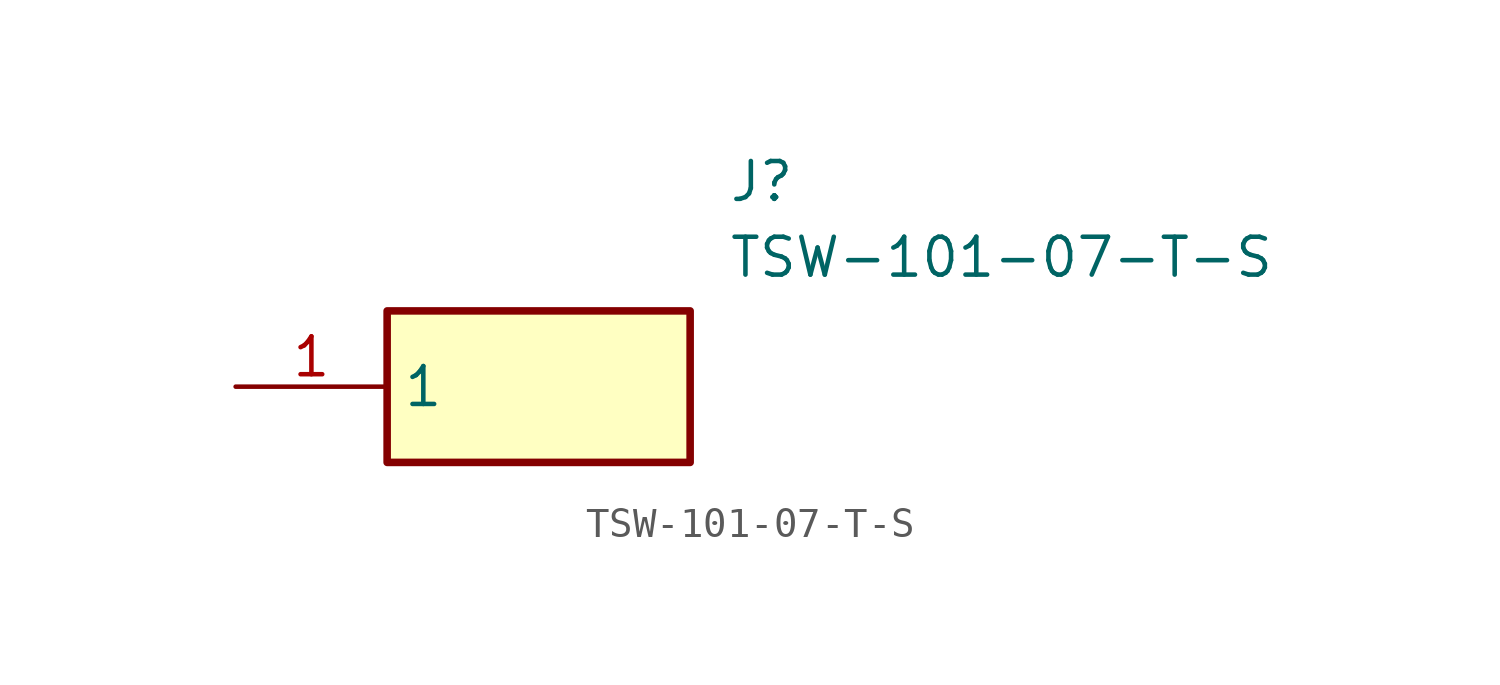
<source format=kicad_sym>
(kicad_symbol_lib
  (version 20211014)
  (generator SamacSys_ECAD_Model)
  (symbol "TSW-101-07-T-S"
    (property "Reference" "J"
      (at 16.51 7.62 0)
      (effects (font (size 1.27 1.27)) (justify left top)))
    (property "Value" "TSW-101-07-T-S"
      (at 16.51 5.08 0)
      (effects (font (size 1.27 1.27)) (justify left top)))
    (rectangle
      (start 5.08 2.54)
      (end 15.24 -2.54)
      (stroke (width 0.254) (type default))
      (fill (type background)))
    (pin passive line
      (at 0 0 0)
      (length 5.08)
      (name "1" (effects (font (size 1.27 1.27))))
      (number "1" (effects (font (size 1.27 1.27)))))))
</source>
